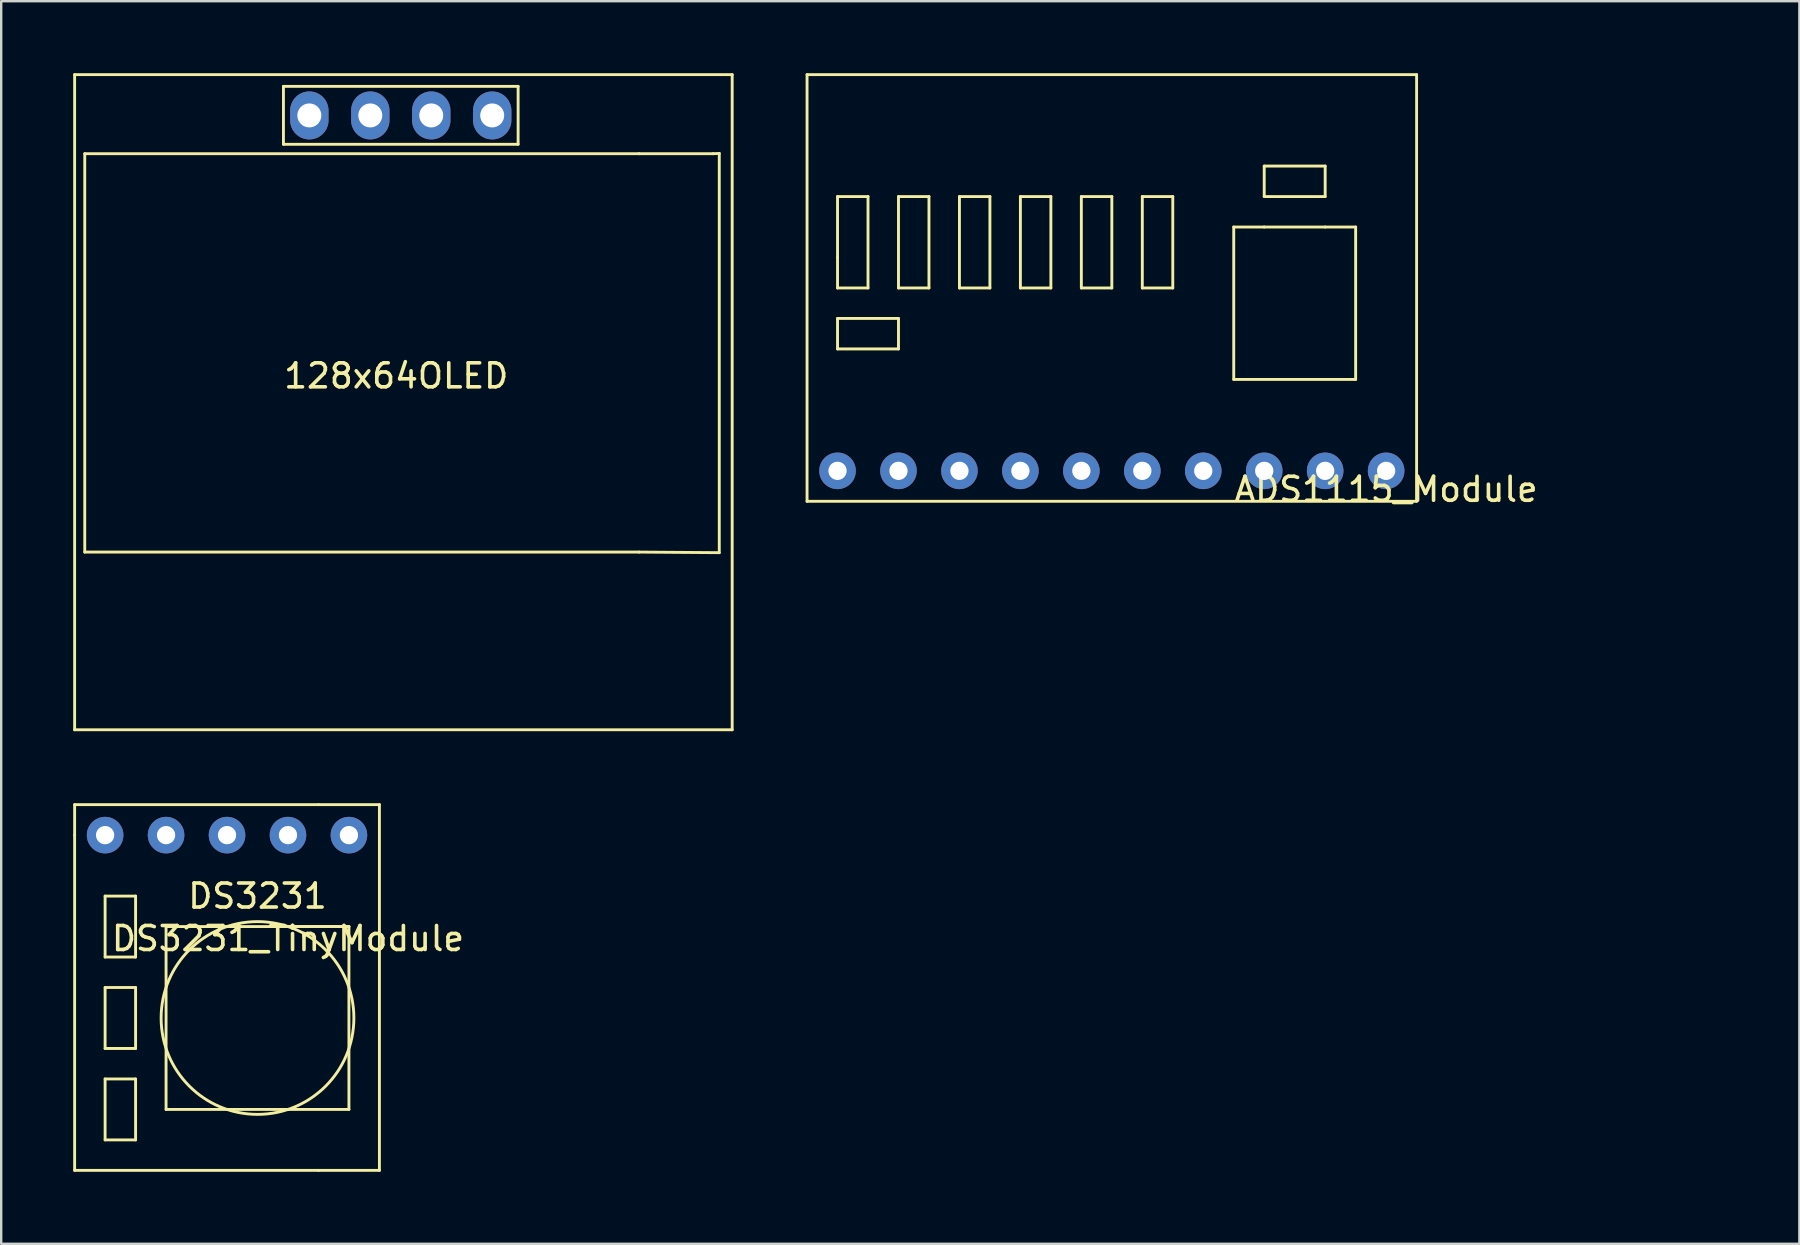
<source format=kicad_pcb>
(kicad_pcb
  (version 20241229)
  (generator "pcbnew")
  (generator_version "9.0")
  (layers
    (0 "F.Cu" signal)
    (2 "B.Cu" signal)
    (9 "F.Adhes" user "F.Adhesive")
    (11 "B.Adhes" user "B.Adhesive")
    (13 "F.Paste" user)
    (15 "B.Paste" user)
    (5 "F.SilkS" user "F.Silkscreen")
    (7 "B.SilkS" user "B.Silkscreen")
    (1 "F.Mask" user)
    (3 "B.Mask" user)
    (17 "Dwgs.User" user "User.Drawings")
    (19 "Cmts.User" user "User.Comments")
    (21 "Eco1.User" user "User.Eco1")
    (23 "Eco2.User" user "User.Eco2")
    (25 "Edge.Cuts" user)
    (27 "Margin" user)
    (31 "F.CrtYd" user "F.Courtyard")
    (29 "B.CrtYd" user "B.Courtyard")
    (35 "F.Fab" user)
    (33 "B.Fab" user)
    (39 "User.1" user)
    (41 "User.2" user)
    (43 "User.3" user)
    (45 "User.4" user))
  (footprint "ADS1115_Module"
    (layer "F.Cu")
    (at 68.68 8.95)
    (property "Reference" "ADS1115_Module" (at -13.97 8.39 0) (layer "F.SilkS") (effects (font (size 1 1) (thickness 0.15))))
    (attr through_hole)
    (fp_line (start -38.1 -8.89) (end -12.7 -8.89) (stroke (width 0.12) (type solid)) (layer "F.SilkS"))
    (fp_line (start -38.1 8.89) (end -38.1 -8.89) (stroke (width 0.12) (type solid)) (layer "F.SilkS"))
    (fp_line (start -36.83 -3.81) (end -36.83 -1.27) (stroke (width 0.12) (type solid)) (layer "F.SilkS"))
    (fp_line (start -36.83 -1.27) (end -36.83 0) (stroke (width 0.12) (type solid)) (layer "F.SilkS"))
    (fp_line (start -36.83 0) (end -35.56 0) (stroke (width 0.12) (type solid)) (layer "F.SilkS"))
    (fp_line (start -36.83 1.27) (end -34.29 1.27) (stroke (width 0.12) (type solid)) (layer "F.SilkS"))
    (fp_line (start -36.83 2.54) (end -36.83 1.27) (stroke (width 0.12) (type solid)) (layer "F.SilkS"))
    (fp_line (start -35.56 -3.81) (end -36.83 -3.81) (stroke (width 0.12) (type solid)) (layer "F.SilkS"))
    (fp_line (start -35.56 0) (end -35.56 -3.81) (stroke (width 0.12) (type solid)) (layer "F.SilkS"))
    (fp_line (start -34.29 -3.81) (end -34.29 0) (stroke (width 0.12) (type solid)) (layer "F.SilkS"))
    (fp_line (start -34.29 0) (end -33.02 0) (stroke (width 0.12) (type solid)) (layer "F.SilkS"))
    (fp_line (start -34.29 1.27) (end -34.29 2.54) (stroke (width 0.12) (type solid)) (layer "F.SilkS"))
    (fp_line (start -34.29 2.54) (end -36.83 2.54) (stroke (width 0.12) (type solid)) (layer "F.SilkS"))
    (fp_line (start -33.02 -3.81) (end -34.29 -3.81) (stroke (width 0.12) (type solid)) (layer "F.SilkS"))
    (fp_line (start -33.02 0) (end -33.02 -3.81) (stroke (width 0.12) (type solid)) (layer "F.SilkS"))
    (fp_line (start -31.75 -3.81) (end -31.75 0) (stroke (width 0.12) (type solid)) (layer "F.SilkS"))
    (fp_line (start -31.75 0) (end -30.48 0) (stroke (width 0.12) (type solid)) (layer "F.SilkS"))
    (fp_line (start -30.48 -3.81) (end -31.75 -3.81) (stroke (width 0.12) (type solid)) (layer "F.SilkS"))
    (fp_line (start -30.48 0) (end -30.48 -3.81) (stroke (width 0.12) (type solid)) (layer "F.SilkS"))
    (fp_line (start -29.21 -3.81) (end -29.21 0) (stroke (width 0.12) (type solid)) (layer "F.SilkS"))
    (fp_line (start -29.21 0) (end -27.94 0) (stroke (width 0.12) (type solid)) (layer "F.SilkS"))
    (fp_line (start -27.94 -3.81) (end -29.21 -3.81) (stroke (width 0.12) (type solid)) (layer "F.SilkS"))
    (fp_line (start -27.94 0) (end -27.94 -3.81) (stroke (width 0.12) (type solid)) (layer "F.SilkS"))
    (fp_line (start -26.67 -3.81) (end -26.67 0) (stroke (width 0.12) (type solid)) (layer "F.SilkS"))
    (fp_line (start -26.67 0) (end -25.4 0) (stroke (width 0.12) (type solid)) (layer "F.SilkS"))
    (fp_line (start -25.4 -3.81) (end -26.67 -3.81) (stroke (width 0.12) (type solid)) (layer "F.SilkS"))
    (fp_line (start -25.4 0) (end -25.4 -3.81) (stroke (width 0.12) (type solid)) (layer "F.SilkS"))
    (fp_line (start -24.13 -3.81) (end -24.13 0) (stroke (width 0.12) (type solid)) (layer "F.SilkS"))
    (fp_line (start -24.13 0) (end -22.86 0) (stroke (width 0.12) (type solid)) (layer "F.SilkS"))
    (fp_line (start -22.86 -3.81) (end -24.13 -3.81) (stroke (width 0.12) (type solid)) (layer "F.SilkS"))
    (fp_line (start -22.86 0) (end -22.86 -3.81) (stroke (width 0.12) (type solid)) (layer "F.SilkS"))
    (fp_line (start -20.32 3.81) (end -20.32 -2.54) (stroke (width 0.12) (type solid)) (layer "F.SilkS"))
    (fp_line (start -20.32 3.81) (end -15.24 3.81) (stroke (width 0.12) (type solid)) (layer "F.SilkS"))
    (fp_line (start -19.05 -5.08) (end -16.51 -5.08) (stroke (width 0.12) (type solid)) (layer "F.SilkS"))
    (fp_line (start -19.05 -3.81) (end -19.05 -5.08) (stroke (width 0.12) (type solid)) (layer "F.SilkS"))
    (fp_line (start -19.05 -2.54) (end -20.32 -2.54) (stroke (width 0.12) (type solid)) (layer "F.SilkS"))
    (fp_line (start -16.51 -5.08) (end -16.51 -3.81) (stroke (width 0.12) (type solid)) (layer "F.SilkS"))
    (fp_line (start -16.51 -3.81) (end -19.05 -3.81) (stroke (width 0.12) (type solid)) (layer "F.SilkS"))
    (fp_line (start -16.51 -2.54) (end -19.05 -2.54) (stroke (width 0.12) (type solid)) (layer "F.SilkS"))
    (fp_line (start -15.24 -2.54) (end -16.51 -2.54) (stroke (width 0.12) (type solid)) (layer "F.SilkS"))
    (fp_line (start -15.24 3.81) (end -15.24 -2.54) (stroke (width 0.12) (type solid)) (layer "F.SilkS"))
    (fp_line (start -12.7 -8.89) (end -12.7 8.89) (stroke (width 0.12) (type solid)) (layer "F.SilkS"))
    (fp_line (start -12.7 8.89) (end -38.1 8.89) (stroke (width 0.12) (type solid)) (layer "F.SilkS"))
    (pad "1" thru_hole circle (at -36.83 7.62 180) (size 1.524 1.524) (drill 0.762) (layers "*.Cu" "*.Mask"))
    (pad "2" thru_hole circle (at -34.29 7.62 180) (size 1.524 1.524) (drill 0.762) (layers "*.Cu" "*.Mask"))
    (pad "3" thru_hole circle (at -31.75 7.62 180) (size 1.524 1.524) (drill 0.762) (layers "*.Cu" "*.Mask"))
    (pad "4" thru_hole circle (at -29.21 7.62 180) (size 1.524 1.524) (drill 0.762) (layers "*.Cu" "*.Mask"))
    (pad "5" thru_hole circle (at -26.67 7.62 180) (size 1.524 1.524) (drill 0.762) (layers "*.Cu" "*.Mask"))
    (pad "6" thru_hole circle (at -24.13 7.62 270) (size 1.524 1.524) (drill 0.762) (layers "*.Cu" "*.Mask"))
    (pad "7" thru_hole circle (at -21.59 7.62 180) (size 1.524 1.524) (drill 0.762) (layers "*.Cu" "*.Mask"))
    (pad "8" thru_hole circle (at -19.05 7.62 180) (size 1.524 1.524) (drill 0.762) (layers "*.Cu" "*.Mask"))
    (pad "9" thru_hole circle (at -16.51 7.62 180) (size 1.524 1.524) (drill 0.762) (layers "*.Cu" "*.Mask"))
    (pad "10" thru_hole circle (at -13.97 7.62 180) (size 1.524 1.524) (drill 0.762) (layers "*.Cu" "*.Mask")))
  (footprint "DS3231_TinyModule"
    (layer "F.Cu")
    (at 8.95 35.56)
    (property "Reference" "DS3231_TinyModule" (at 0 0.5 0) (layer "F.SilkS") (effects (font (size 1 1) (thickness 0.15))))
    (attr through_hole)
    (fp_line (start -8.89 -5.08) (end 1.27 -5.08) (stroke (width 0.12) (type solid)) (layer "F.SilkS"))
    (fp_line (start -8.89 -3.81) (end -8.89 -5.08) (stroke (width 0.12) (type solid)) (layer "F.SilkS"))
    (fp_line (start -8.89 10.16) (end -8.89 -3.81) (stroke (width 0.12) (type solid)) (layer "F.SilkS"))
    (fp_line (start -7.62 -1.27) (end -6.35 -1.27) (stroke (width 0.12) (type solid)) (layer "F.SilkS"))
    (fp_line (start -7.62 1.27) (end -7.62 -1.27) (stroke (width 0.12) (type solid)) (layer "F.SilkS"))
    (fp_line (start -7.62 2.54) (end -6.35 2.54) (stroke (width 0.12) (type solid)) (layer "F.SilkS"))
    (fp_line (start -7.62 5.08) (end -7.62 2.54) (stroke (width 0.12) (type solid)) (layer "F.SilkS"))
    (fp_line (start -7.62 6.35) (end -6.35 6.35) (stroke (width 0.12) (type solid)) (layer "F.SilkS"))
    (fp_line (start -7.62 8.89) (end -7.62 6.35) (stroke (width 0.12) (type solid)) (layer "F.SilkS"))
    (fp_line (start -6.35 -1.27) (end -6.35 1.27) (stroke (width 0.12) (type solid)) (layer "F.SilkS"))
    (fp_line (start -6.35 1.27) (end -7.62 1.27) (stroke (width 0.12) (type solid)) (layer "F.SilkS"))
    (fp_line (start -6.35 2.54) (end -6.35 5.08) (stroke (width 0.12) (type solid)) (layer "F.SilkS"))
    (fp_line (start -6.35 5.08) (end -7.62 5.08) (stroke (width 0.12) (type solid)) (layer "F.SilkS"))
    (fp_line (start -6.35 6.35) (end -6.35 8.89) (stroke (width 0.12) (type solid)) (layer "F.SilkS"))
    (fp_line (start -6.35 8.89) (end -7.62 8.89) (stroke (width 0.12) (type solid)) (layer "F.SilkS"))
    (fp_line (start -5.08 0) (end 2.54 0) (stroke (width 0.12) (type solid)) (layer "F.SilkS"))
    (fp_line (start -5.08 7.62) (end -5.08 0) (stroke (width 0.12) (type solid)) (layer "F.SilkS"))
    (fp_line (start -5.08 7.62) (end 0 7.62) (stroke (width 0.12) (type solid)) (layer "F.SilkS"))
    (fp_line (start 0 0) (end 2.54 0) (stroke (width 0.12) (type solid)) (layer "F.SilkS"))
    (fp_line (start 1.27 -5.08) (end 3.81 -5.08) (stroke (width 0.12) (type solid)) (layer "F.SilkS"))
    (fp_line (start 1.27 10.16) (end -8.89 10.16) (stroke (width 0.12) (type solid)) (layer "F.SilkS"))
    (fp_line (start 2.54 0) (end 2.54 7.62) (stroke (width 0.12) (type solid)) (layer "F.SilkS"))
    (fp_line (start 2.54 7.62) (end 0 7.62) (stroke (width 0.12) (type solid)) (layer "F.SilkS"))
    (fp_line (start 3.81 -5.08) (end 3.81 10.16) (stroke (width 0.12) (type solid)) (layer "F.SilkS"))
    (fp_line (start 3.81 10.16) (end 1.27 10.16) (stroke (width 0.12) (type solid)) (layer "F.SilkS"))
    (fp_circle (center -1.27 3.81) (end 2.54 5.08) (stroke (width 0.12) (type solid)) (fill no) (layer "F.SilkS"))
    (fp_text user "DS3231" (at -1.27 -1.27 0) (layer "F.SilkS") (effects (font (size 1 1) (thickness 0.15))))
    (pad "1" thru_hole circle (at -7.62 -3.81) (size 1.524 1.524) (drill 0.762) (layers "*.Cu" "*.Mask"))
    (pad "2" thru_hole circle (at -5.08 -3.81) (size 1.524 1.524) (drill 0.762) (layers "*.Cu" "*.Mask"))
    (pad "3" thru_hole circle (at -2.54 -3.81) (size 1.524 1.524) (drill 0.762) (layers "*.Cu" "*.Mask"))
    (pad "4" thru_hole circle (at 0 -3.81) (size 1.524 1.524) (drill 0.762) (layers "*.Cu" "*.Mask"))
    (pad "5" thru_hole circle (at 2.54 -3.81) (size 1.524 1.524) (drill 0.762) (layers "*.Cu" "*.Mask")))
  (footprint "128x64OLED"
    (layer "F.Cu")
    (at 13.46 12.36)
    (property "Reference" "128x64OLED" (at 0 0.254 0) (layer "F.SilkS") (effects (font (size 1 1) (thickness 0.15))))
    (attr through_hole)
    (fp_line (start -13.4 -12.3) (end 14 -12.3) (stroke (width 0.12) (type solid)) (layer "F.SilkS"))
    (fp_line (start -13.4 15) (end -13.4 -12.3) (stroke (width 0.12) (type solid)) (layer "F.SilkS"))
    (fp_line (start -12.978 -9.005) (end 10.122 -9.005) (stroke (width 0.12) (type solid)) (layer "F.SilkS"))
    (fp_line (start -12.978 7.595) (end -12.978 -9.005) (stroke (width 0.12) (type solid)) (layer "F.SilkS"))
    (fp_line (start -4.699 -11.811) (end -4.699 -9.398) (stroke (width 0.12) (type solid)) (layer "F.SilkS"))
    (fp_line (start -4.699 -11.811) (end 5.08 -11.811) (stroke (width 0.12) (type solid)) (layer "F.SilkS"))
    (fp_line (start 5.08 -11.811) (end 5.08 -9.398) (stroke (width 0.12) (type solid)) (layer "F.SilkS"))
    (fp_line (start 5.08 -9.398) (end -4.699 -9.398) (stroke (width 0.12) (type solid)) (layer "F.SilkS"))
    (fp_line (start 10.122 -9.005) (end 13.208 -9.005) (stroke (width 0.12) (type solid)) (layer "F.SilkS"))
    (fp_line (start 10.122 7.595) (end -12.978 7.595) (stroke (width 0.12) (type solid)) (layer "F.SilkS"))
    (fp_line (start 10.122 7.595) (end 13.462 7.62) (stroke (width 0.12) (type solid)) (layer "F.SilkS"))
    (fp_line (start 13.462 -9.017) (end 13.208 -9.005) (stroke (width 0.12) (type solid)) (layer "F.SilkS"))
    (fp_line (start 13.462 7.62) (end 13.462 -9.017) (stroke (width 0.12) (type solid)) (layer "F.SilkS"))
    (fp_line (start 14 -12.3) (end 14 15) (stroke (width 0.12) (type solid)) (layer "F.SilkS"))
    (fp_line (start 14 15) (end -13.4 15) (stroke (width 0.12) (type solid)) (layer "F.SilkS"))
    (pad "1" thru_hole oval (at -3.62 -10.6 90) (size 2 1.6) (drill 1) (layers "*.Cu" "*.Mask"))
    (pad "2" thru_hole oval (at -1.08 -10.6 90) (size 2 1.6) (drill 1) (layers "*.Cu" "*.Mask"))
    (pad "3" thru_hole oval (at 1.46 -10.6 90) (size 2 1.6) (drill 1) (layers "*.Cu" "*.Mask"))
    (pad "4" thru_hole oval (at 4 -10.6 90) (size 2 1.6) (drill 1) (layers "*.Cu" "*.Mask")))
  (gr_rect
    (start -3 -3)
    (end 71.93 48.78)
    (stroke (width 0.1) (type default))
    (fill no)
    (layer "Edge.Cuts")))
</source>
